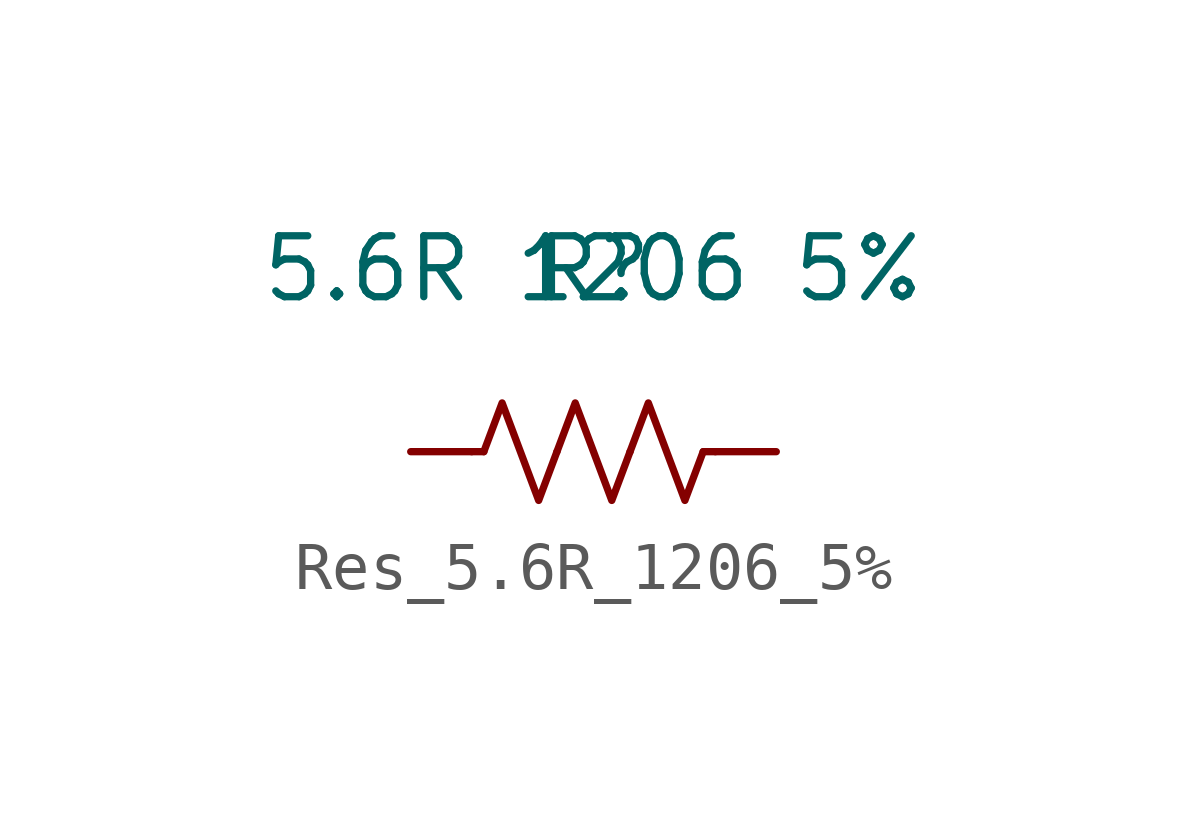
<source format=kicad_sym>
(kicad_symbol_lib
  (version 20231120)
  (generator "kicad_symbol_editor")
  (generator_version "8.0")
  (symbol "Res_5.6R_1206_5%"
    (pin_numbers hide)
    (pin_names hide)
    (property "Reference" "R"
      (at 0 0 0)
      (effects (font (size 1.27 1.27))))
    (property "Value" "5.6R 1206 5%"
      (at 0 0 0)
      (effects (font (size 1.27 1.27))))
    (symbol "Res_5.6R_1206_5%_0_1"
      (polyline (pts (xy -2.286 -3.81) (xy -2.54 -3.81)) (stroke (width 0) (type default)) (fill (type none)))
      (polyline (pts (xy 2.286 -3.81) (xy 2.54 -3.81)) (stroke (width 0) (type default)) (fill (type none)))
      (polyline (pts (xy -2.286 -3.81) (xy -1.905 -2.794) (xy -1.524 -3.81) (xy -1.143 -4.826) (xy -0.762 -3.81)) (stroke (width 0) (type default)) (fill (type none)))
      (polyline (pts (xy 0.762 -3.81) (xy 1.143 -2.794) (xy 1.524 -3.81) (xy 1.905 -4.826) (xy 2.286 -3.81)) (stroke (width 0) (type default)) (fill (type none))))
    (symbol "Res_5.6R_1206_5%_1_1"
      (polyline (pts (xy -0.762 -3.81) (xy -0.381 -2.794) (xy 0 -3.81) (xy 0.381 -4.826) (xy 0.762 -3.81)) (stroke (width 0) (type default)) (fill (type none)))
      (pin passive line (at -3.81 -3.81 0) (length 1.27) (name "~" (effects (font (size 1.27 1.27)))) (number "1" (effects (font (size 1.27 1.27)))))
      (pin passive line (at 3.81 -3.81 180) (length 1.27) (name "~" (effects (font (size 1.27 1.27)))) (number "2" (effects (font (size 1.27 1.27))))))))
</source>
